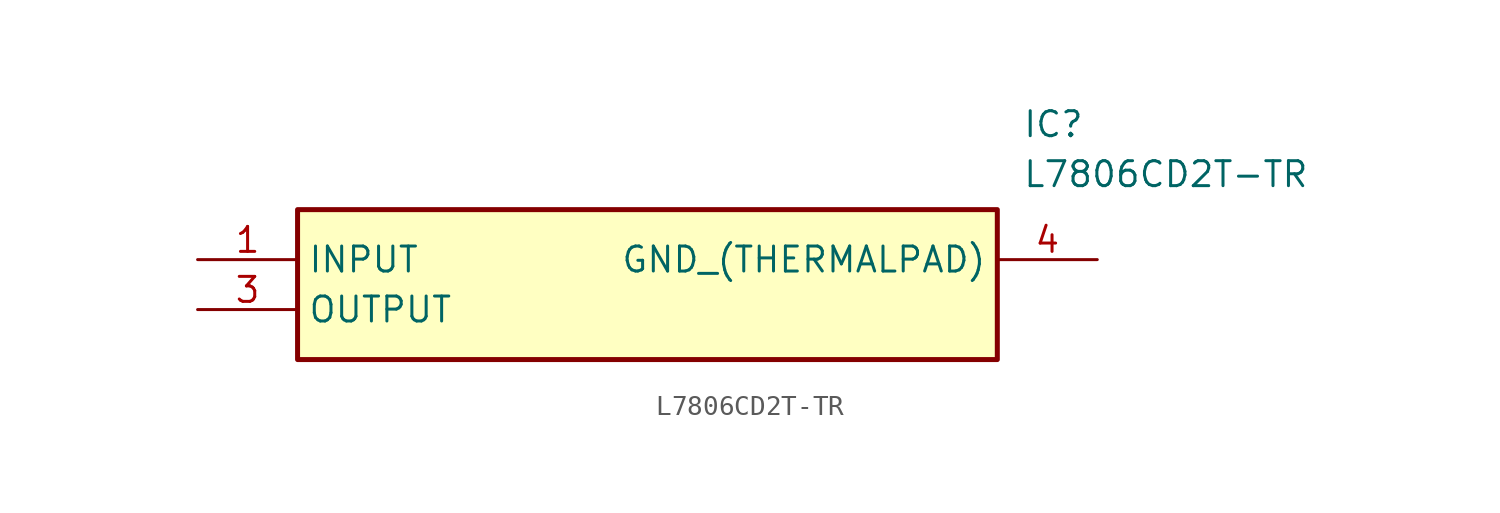
<source format=kicad_sym>
(kicad_symbol_lib
  (version 20211014)
  (generator SamacSys_ECAD_Model)
  (symbol "L7806CD2T-TR"
    (property "Reference" "IC"
      (at 41.91 7.62 0)
      (effects (font (size 1.27 1.27)) (justify left top)))
    (property "Value" "L7806CD2T-TR"
      (at 41.91 5.08 0)
      (effects (font (size 1.27 1.27)) (justify left top)))
    (rectangle
      (start 5.08 2.54)
      (end 40.64 -5.08)
      (stroke (width 0.254) (type default))
      (fill (type background)))
    (pin input line
      (at 0 0 0)
      (length 5.08)
      (name "INPUT" (effects (font (size 1.27 1.27))))
      (number "1" (effects (font (size 1.27 1.27)))))
    (pin output line
      (at 0 -2.54 0)
      (length 5.08)
      (name "OUTPUT" (effects (font (size 1.27 1.27))))
      (number "3" (effects (font (size 1.27 1.27)))))
    (pin output line
      (at 45.72 0 180)
      (length 5.08)
      (name "GND_(THERMALPAD)" (effects (font (size 1.27 1.27))))
      (number "4" (effects (font (size 1.27 1.27)))))))
</source>
